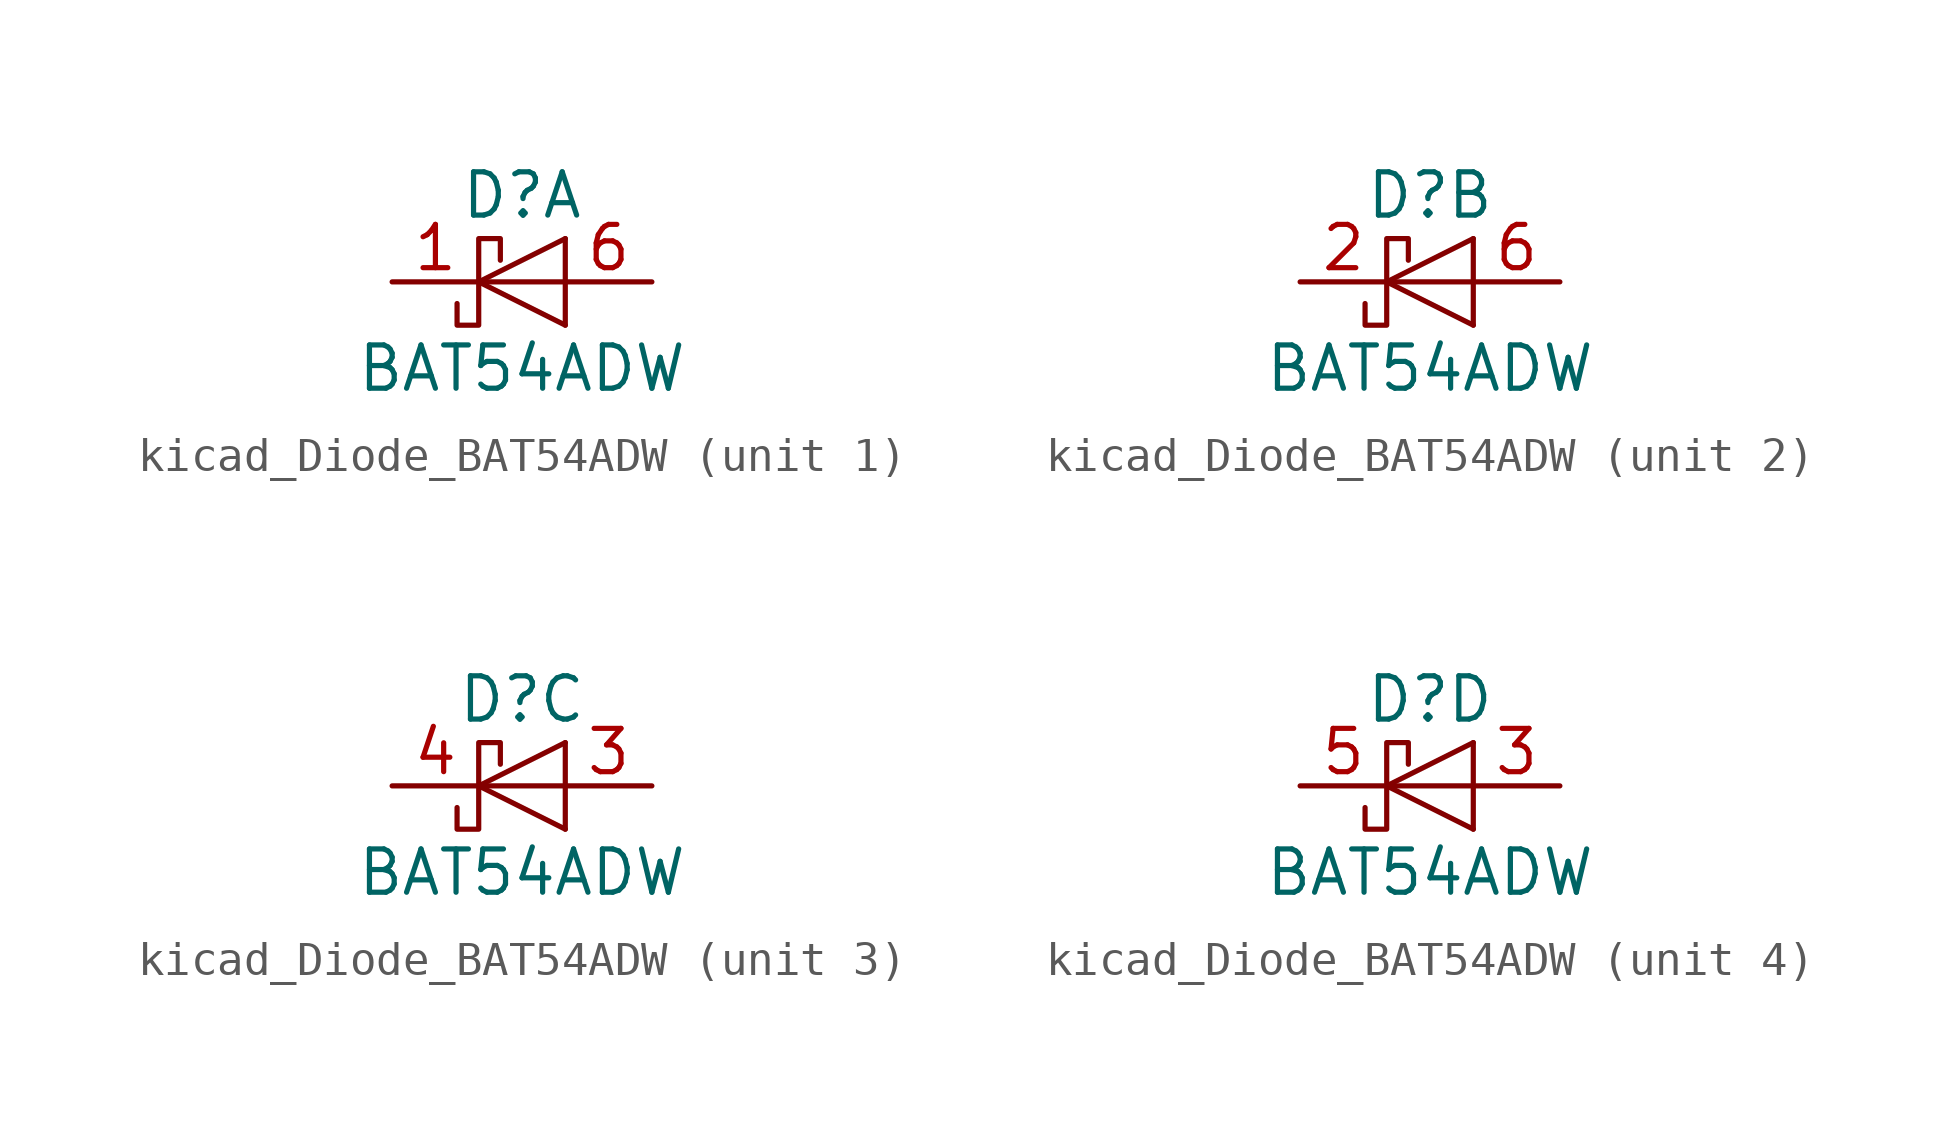
<source format=kicad_sym>
(kicad_symbol_lib
  (version 20220914)
  (generator kicad_symbol_editor)
  (symbol "kicad_Diode_BAT54ADW"
    (pin_names
      (offset 1.016) hide)
    (property "Reference" "D"
      (at 0 2.54 0)
      (effects (font (size 1.27 1.27))))
    (property "Value" "BAT54ADW"
      (at 0 -2.54 0)
      (effects (font (size 1.27 1.27))))
    (symbol "kicad_Diode_BAT54ADW_0_1"
      (polyline (pts (xy 1.27 -1.27) (xy 1.27 1.27)) (stroke (width 0) (type default)) (fill (type none)))
      (polyline (pts (xy 1.27 0) (xy -1.27 0)) (stroke (width 0) (type default)) (fill (type none)))
      (polyline (pts (xy 1.27 1.27) (xy -1.27 0) (xy 1.27 -1.27)) (stroke (width 0) (type default)) (fill (type none)))
      (polyline (pts (xy -0.635 0.635) (xy -0.635 1.27) (xy -1.27 1.27) (xy -1.27 -1.27) (xy -1.905 -1.27) (xy -1.905 -0.635)) (stroke (width 0) (type default)) (fill (type none))))
    (symbol "kicad_Diode_BAT54ADW_1_1"
      (pin passive line (at -3.81 0 0) (length 2.54) (name "K" (effects (font (size 1.27 1.27)))) (number "1" (effects (font (size 1.27 1.27)))))
      (pin passive line (at 3.81 0 180) (length 2.54) (name "A" (effects (font (size 1.27 1.27)))) (number "6" (effects (font (size 1.27 1.27))))))
    (symbol "kicad_Diode_BAT54ADW_2_1"
      (pin passive line (at -3.81 0 0) (length 2.54) (name "K" (effects (font (size 1.27 1.27)))) (number "2" (effects (font (size 1.27 1.27)))))
      (pin passive line (at 3.81 0 180) (length 2.54) (name "A" (effects (font (size 1.27 1.27)))) (number "6" (effects (font (size 1.27 1.27))))))
    (symbol "kicad_Diode_BAT54ADW_3_1"
      (pin passive line (at 3.81 0 180) (length 2.54) (name "A" (effects (font (size 1.27 1.27)))) (number "3" (effects (font (size 1.27 1.27)))))
      (pin passive line (at -3.81 0 0) (length 2.54) (name "K" (effects (font (size 1.27 1.27)))) (number "4" (effects (font (size 1.27 1.27))))))
    (symbol "kicad_Diode_BAT54ADW_4_1"
      (pin passive line (at 3.81 0 180) (length 2.54) (name "A" (effects (font (size 1.27 1.27)))) (number "3" (effects (font (size 1.27 1.27)))))
      (pin passive line (at -3.81 0 0) (length 2.54) (name "K" (effects (font (size 1.27 1.27)))) (number "5" (effects (font (size 1.27 1.27))))))))
</source>
